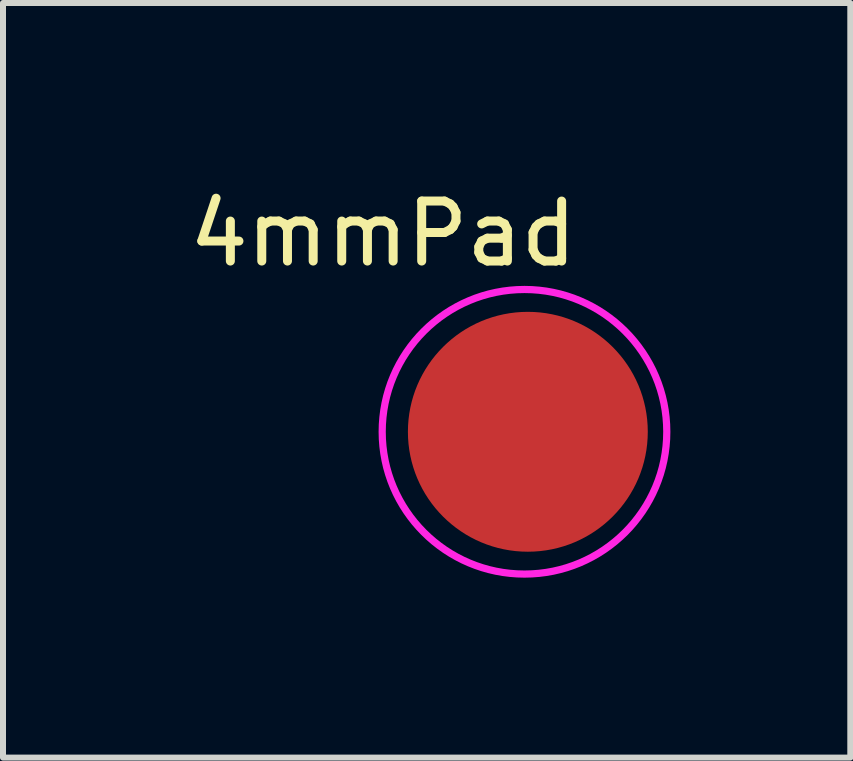
<source format=kicad_pcb>
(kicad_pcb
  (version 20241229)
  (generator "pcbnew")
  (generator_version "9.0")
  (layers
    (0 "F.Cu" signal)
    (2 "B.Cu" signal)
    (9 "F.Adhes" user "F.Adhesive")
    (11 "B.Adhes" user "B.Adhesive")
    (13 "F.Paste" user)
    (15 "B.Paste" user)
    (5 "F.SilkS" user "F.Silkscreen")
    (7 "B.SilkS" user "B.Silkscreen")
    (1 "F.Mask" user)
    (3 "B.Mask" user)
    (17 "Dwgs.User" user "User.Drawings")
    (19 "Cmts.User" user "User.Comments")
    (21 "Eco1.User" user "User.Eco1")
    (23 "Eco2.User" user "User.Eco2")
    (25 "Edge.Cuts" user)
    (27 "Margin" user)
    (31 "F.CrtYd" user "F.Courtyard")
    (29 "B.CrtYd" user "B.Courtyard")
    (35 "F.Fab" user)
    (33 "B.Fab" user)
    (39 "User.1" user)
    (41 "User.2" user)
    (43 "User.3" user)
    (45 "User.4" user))
  (footprint "4mmPad"
    (layer "F.Cu")
    (at 5.752 4.15)
    (property "Reference" "4mmPad" (at -2.413 -3.302 0) (layer "F.SilkS") (effects (font (size 1 1) (thickness 0.15))))
    (attr through_hole)
    (fp_circle (center -0.056 0) (end 2.286 0.381) (stroke (width 0.12) (type solid)) (fill no) (layer "F.CrtYd"))
    (pad "1" smd circle (at 0 0) (size 4 4) (layers "F.Cu" "F.Mask" "F.Paste")))
  (gr_rect
    (start -3 -3)
    (end 11.129 9.583)
    (stroke (width 0.1) (type default))
    (fill no)
    (layer "Edge.Cuts")))
</source>
